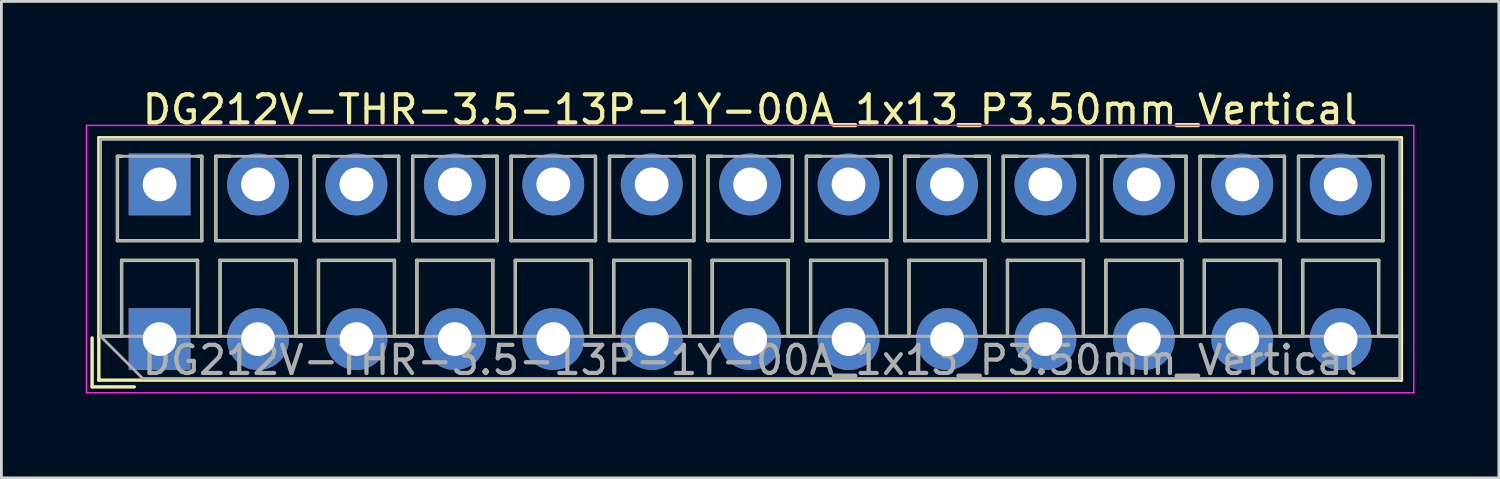
<source format=kicad_pcb>
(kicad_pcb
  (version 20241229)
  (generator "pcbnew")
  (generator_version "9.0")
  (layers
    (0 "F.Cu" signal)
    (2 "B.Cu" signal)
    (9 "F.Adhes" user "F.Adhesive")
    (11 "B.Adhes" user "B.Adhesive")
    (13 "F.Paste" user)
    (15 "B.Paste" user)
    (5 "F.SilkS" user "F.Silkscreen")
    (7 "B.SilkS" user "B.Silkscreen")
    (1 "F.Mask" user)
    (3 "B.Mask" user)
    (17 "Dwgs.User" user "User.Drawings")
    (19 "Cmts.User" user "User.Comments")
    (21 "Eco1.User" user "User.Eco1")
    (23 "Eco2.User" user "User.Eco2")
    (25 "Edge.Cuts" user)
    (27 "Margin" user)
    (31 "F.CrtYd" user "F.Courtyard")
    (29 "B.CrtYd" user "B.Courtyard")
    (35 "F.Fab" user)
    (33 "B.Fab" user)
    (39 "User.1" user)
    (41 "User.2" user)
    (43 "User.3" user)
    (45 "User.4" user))
  (footprint "DG212V-THR-3.5-13P-1Y-00A_1x13_P3.50mm_Vertical"
    (layer "F.Cu")
    (at 2.625 9.008)
    (property "Reference" "DG212V-THR-3.5-13P-1Y-00A_1x13_P3.50mm_Vertical" (at 21 -8.16 0) (layer "F.SilkS") (effects (font (size 1 1) (thickness 0.15))))
    (attr through_hole)
    (fp_line (start -2.4 -0.04) (end -2.4 1.7) (stroke (width 0.12) (type solid)) (layer "F.SilkS"))
    (fp_line (start -2.4 1.7) (end -0.9 1.7) (stroke (width 0.12) (type solid)) (layer "F.SilkS"))
    (fp_line (start -2.16 -7.16) (end -2.16 1.46) (stroke (width 0.12) (type solid)) (layer "F.SilkS"))
    (fp_line (start -2.16 -7.16) (end 44.16 -7.16) (stroke (width 0.12) (type solid)) (layer "F.SilkS"))
    (fp_line (start -2.16 -0.1) (end -1.34 -0.1) (stroke (width 0.12) (type solid)) (layer "F.SilkS"))
    (fp_line (start -2.16 1.46) (end 44.16 1.46) (stroke (width 0.12) (type solid)) (layer "F.SilkS"))
    (fp_line (start -1.5 -6.5) (end -1.5 -3.5) (stroke (width 0.12) (type solid)) (layer "F.SilkS"))
    (fp_line (start -1.5 -6.5) (end -1.34 -6.5) (stroke (width 0.12) (type solid)) (layer "F.SilkS"))
    (fp_line (start -1.5 -3.5) (end 1.5 -3.5) (stroke (width 0.12) (type solid)) (layer "F.SilkS"))
    (fp_line (start -1.35 -2.8) (end -1.35 -0.1) (stroke (width 0.12) (type solid)) (layer "F.SilkS"))
    (fp_line (start -1.35 -2.8) (end 1.35 -2.8) (stroke (width 0.12) (type solid)) (layer "F.SilkS"))
    (fp_line (start -1.35 -0.1) (end -1.34 -0.1) (stroke (width 0.12) (type solid)) (layer "F.SilkS"))
    (fp_line (start 1.34 -6.5) (end 1.5 -6.5) (stroke (width 0.12) (type solid)) (layer "F.SilkS"))
    (fp_line (start 1.34 -0.1) (end 1.35 -0.1) (stroke (width 0.12) (type solid)) (layer "F.SilkS"))
    (fp_line (start 1.34 -0.1) (end 2.148 -0.1) (stroke (width 0.12) (type solid)) (layer "F.SilkS"))
    (fp_line (start 1.35 -2.8) (end 1.35 -0.1) (stroke (width 0.12) (type solid)) (layer "F.SilkS"))
    (fp_line (start 1.5 -6.5) (end 1.5 -3.5) (stroke (width 0.12) (type solid)) (layer "F.SilkS"))
    (fp_line (start 2 -6.5) (end 2 -3.5) (stroke (width 0.12) (type solid)) (layer "F.SilkS"))
    (fp_line (start 2 -6.5) (end 2.512 -6.5) (stroke (width 0.12) (type solid)) (layer "F.SilkS"))
    (fp_line (start 2 -3.5) (end 5 -3.5) (stroke (width 0.12) (type solid)) (layer "F.SilkS"))
    (fp_line (start 2.15 -2.8) (end 2.15 -0.183) (stroke (width 0.12) (type solid)) (layer "F.SilkS"))
    (fp_line (start 2.15 -2.8) (end 4.85 -2.8) (stroke (width 0.12) (type solid)) (layer "F.SilkS"))
    (fp_line (start 4.489 -6.5) (end 5 -6.5) (stroke (width 0.12) (type solid)) (layer "F.SilkS"))
    (fp_line (start 4.85 -2.8) (end 4.85 -0.183) (stroke (width 0.12) (type solid)) (layer "F.SilkS"))
    (fp_line (start 4.853 -0.1) (end 5.648 -0.1) (stroke (width 0.12) (type solid)) (layer "F.SilkS"))
    (fp_line (start 5 -6.5) (end 5 -3.5) (stroke (width 0.12) (type solid)) (layer "F.SilkS"))
    (fp_line (start 5.5 -6.5) (end 5.5 -3.5) (stroke (width 0.12) (type solid)) (layer "F.SilkS"))
    (fp_line (start 5.5 -6.5) (end 6.012 -6.5) (stroke (width 0.12) (type solid)) (layer "F.SilkS"))
    (fp_line (start 5.5 -3.5) (end 8.5 -3.5) (stroke (width 0.12) (type solid)) (layer "F.SilkS"))
    (fp_line (start 5.65 -2.8) (end 5.65 -0.183) (stroke (width 0.12) (type solid)) (layer "F.SilkS"))
    (fp_line (start 5.65 -2.8) (end 8.351 -2.8) (stroke (width 0.12) (type solid)) (layer "F.SilkS"))
    (fp_line (start 7.989 -6.5) (end 8.5 -6.5) (stroke (width 0.12) (type solid)) (layer "F.SilkS"))
    (fp_line (start 8.351 -2.8) (end 8.351 -0.183) (stroke (width 0.12) (type solid)) (layer "F.SilkS"))
    (fp_line (start 8.353 -0.1) (end 9.148 -0.1) (stroke (width 0.12) (type solid)) (layer "F.SilkS"))
    (fp_line (start 8.5 -6.5) (end 8.5 -3.5) (stroke (width 0.12) (type solid)) (layer "F.SilkS"))
    (fp_line (start 9 -6.5) (end 9 -3.5) (stroke (width 0.12) (type solid)) (layer "F.SilkS"))
    (fp_line (start 9 -6.5) (end 9.512 -6.5) (stroke (width 0.12) (type solid)) (layer "F.SilkS"))
    (fp_line (start 9 -3.5) (end 12 -3.5) (stroke (width 0.12) (type solid)) (layer "F.SilkS"))
    (fp_line (start 9.15 -2.8) (end 9.15 -0.183) (stroke (width 0.12) (type solid)) (layer "F.SilkS"))
    (fp_line (start 9.15 -2.8) (end 11.851 -2.8) (stroke (width 0.12) (type solid)) (layer "F.SilkS"))
    (fp_line (start 11.489 -6.5) (end 12 -6.5) (stroke (width 0.12) (type solid)) (layer "F.SilkS"))
    (fp_line (start 11.851 -2.8) (end 11.851 -0.183) (stroke (width 0.12) (type solid)) (layer "F.SilkS"))
    (fp_line (start 11.853 -0.1) (end 12.648 -0.1) (stroke (width 0.12) (type solid)) (layer "F.SilkS"))
    (fp_line (start 12 -6.5) (end 12 -3.5) (stroke (width 0.12) (type solid)) (layer "F.SilkS"))
    (fp_line (start 12.5 -6.5) (end 12.5 -3.5) (stroke (width 0.12) (type solid)) (layer "F.SilkS"))
    (fp_line (start 12.5 -6.5) (end 13.012 -6.5) (stroke (width 0.12) (type solid)) (layer "F.SilkS"))
    (fp_line (start 12.5 -3.5) (end 15.5 -3.5) (stroke (width 0.12) (type solid)) (layer "F.SilkS"))
    (fp_line (start 12.65 -2.8) (end 12.65 -0.183) (stroke (width 0.12) (type solid)) (layer "F.SilkS"))
    (fp_line (start 12.65 -2.8) (end 15.351 -2.8) (stroke (width 0.12) (type solid)) (layer "F.SilkS"))
    (fp_line (start 14.989 -6.5) (end 15.5 -6.5) (stroke (width 0.12) (type solid)) (layer "F.SilkS"))
    (fp_line (start 15.351 -2.8) (end 15.351 -0.183) (stroke (width 0.12) (type solid)) (layer "F.SilkS"))
    (fp_line (start 15.353 -0.1) (end 16.148 -0.1) (stroke (width 0.12) (type solid)) (layer "F.SilkS"))
    (fp_line (start 15.5 -6.5) (end 15.5 -3.5) (stroke (width 0.12) (type solid)) (layer "F.SilkS"))
    (fp_line (start 16 -6.5) (end 16 -3.5) (stroke (width 0.12) (type solid)) (layer "F.SilkS"))
    (fp_line (start 16 -6.5) (end 16.512 -6.5) (stroke (width 0.12) (type solid)) (layer "F.SilkS"))
    (fp_line (start 16 -3.5) (end 19 -3.5) (stroke (width 0.12) (type solid)) (layer "F.SilkS"))
    (fp_line (start 16.15 -2.8) (end 16.15 -0.183) (stroke (width 0.12) (type solid)) (layer "F.SilkS"))
    (fp_line (start 16.15 -2.8) (end 18.85 -2.8) (stroke (width 0.12) (type solid)) (layer "F.SilkS"))
    (fp_line (start 18.489 -6.5) (end 19 -6.5) (stroke (width 0.12) (type solid)) (layer "F.SilkS"))
    (fp_line (start 18.85 -2.8) (end 18.85 -0.183) (stroke (width 0.12) (type solid)) (layer "F.SilkS"))
    (fp_line (start 18.853 -0.1) (end 19.648 -0.1) (stroke (width 0.12) (type solid)) (layer "F.SilkS"))
    (fp_line (start 19 -6.5) (end 19 -3.5) (stroke (width 0.12) (type solid)) (layer "F.SilkS"))
    (fp_line (start 19.5 -6.5) (end 19.5 -3.5) (stroke (width 0.12) (type solid)) (layer "F.SilkS"))
    (fp_line (start 19.5 -6.5) (end 20.012 -6.5) (stroke (width 0.12) (type solid)) (layer "F.SilkS"))
    (fp_line (start 19.5 -3.5) (end 22.5 -3.5) (stroke (width 0.12) (type solid)) (layer "F.SilkS"))
    (fp_line (start 19.65 -2.8) (end 19.65 -0.183) (stroke (width 0.12) (type solid)) (layer "F.SilkS"))
    (fp_line (start 19.65 -2.8) (end 22.35 -2.8) (stroke (width 0.12) (type solid)) (layer "F.SilkS"))
    (fp_line (start 21.989 -6.5) (end 22.5 -6.5) (stroke (width 0.12) (type solid)) (layer "F.SilkS"))
    (fp_line (start 22.35 -2.8) (end 22.35 -0.183) (stroke (width 0.12) (type solid)) (layer "F.SilkS"))
    (fp_line (start 22.353 -0.1) (end 23.148 -0.1) (stroke (width 0.12) (type solid)) (layer "F.SilkS"))
    (fp_line (start 22.5 -6.5) (end 22.5 -3.5) (stroke (width 0.12) (type solid)) (layer "F.SilkS"))
    (fp_line (start 23 -6.5) (end 23 -3.5) (stroke (width 0.12) (type solid)) (layer "F.SilkS"))
    (fp_line (start 23 -6.5) (end 23.512 -6.5) (stroke (width 0.12) (type solid)) (layer "F.SilkS"))
    (fp_line (start 23 -3.5) (end 26 -3.5) (stroke (width 0.12) (type solid)) (layer "F.SilkS"))
    (fp_line (start 23.15 -2.8) (end 23.15 -0.183) (stroke (width 0.12) (type solid)) (layer "F.SilkS"))
    (fp_line (start 23.15 -2.8) (end 25.85 -2.8) (stroke (width 0.12) (type solid)) (layer "F.SilkS"))
    (fp_line (start 25.489 -6.5) (end 26 -6.5) (stroke (width 0.12) (type solid)) (layer "F.SilkS"))
    (fp_line (start 25.85 -2.8) (end 25.85 -0.183) (stroke (width 0.12) (type solid)) (layer "F.SilkS"))
    (fp_line (start 25.853 -0.1) (end 26.648 -0.1) (stroke (width 0.12) (type solid)) (layer "F.SilkS"))
    (fp_line (start 26 -6.5) (end 26 -3.5) (stroke (width 0.12) (type solid)) (layer "F.SilkS"))
    (fp_line (start 26.5 -6.5) (end 26.5 -3.5) (stroke (width 0.12) (type solid)) (layer "F.SilkS"))
    (fp_line (start 26.5 -6.5) (end 27.012 -6.5) (stroke (width 0.12) (type solid)) (layer "F.SilkS"))
    (fp_line (start 26.5 -3.5) (end 29.5 -3.5) (stroke (width 0.12) (type solid)) (layer "F.SilkS"))
    (fp_line (start 26.65 -2.8) (end 26.65 -0.183) (stroke (width 0.12) (type solid)) (layer "F.SilkS"))
    (fp_line (start 26.65 -2.8) (end 29.35 -2.8) (stroke (width 0.12) (type solid)) (layer "F.SilkS"))
    (fp_line (start 28.989 -6.5) (end 29.5 -6.5) (stroke (width 0.12) (type solid)) (layer "F.SilkS"))
    (fp_line (start 29.35 -2.8) (end 29.35 -0.183) (stroke (width 0.12) (type solid)) (layer "F.SilkS"))
    (fp_line (start 29.353 -0.1) (end 30.148 -0.1) (stroke (width 0.12) (type solid)) (layer "F.SilkS"))
    (fp_line (start 29.5 -6.5) (end 29.5 -3.5) (stroke (width 0.12) (type solid)) (layer "F.SilkS"))
    (fp_line (start 30 -6.5) (end 30 -3.5) (stroke (width 0.12) (type solid)) (layer "F.SilkS"))
    (fp_line (start 30 -6.5) (end 30.512 -6.5) (stroke (width 0.12) (type solid)) (layer "F.SilkS"))
    (fp_line (start 30 -3.5) (end 33 -3.5) (stroke (width 0.12) (type solid)) (layer "F.SilkS"))
    (fp_line (start 30.15 -2.8) (end 30.15 -0.183) (stroke (width 0.12) (type solid)) (layer "F.SilkS"))
    (fp_line (start 30.15 -2.8) (end 32.85 -2.8) (stroke (width 0.12) (type solid)) (layer "F.SilkS"))
    (fp_line (start 32.489 -6.5) (end 33 -6.5) (stroke (width 0.12) (type solid)) (layer "F.SilkS"))
    (fp_line (start 32.85 -2.8) (end 32.85 -0.183) (stroke (width 0.12) (type solid)) (layer "F.SilkS"))
    (fp_line (start 32.853 -0.1) (end 33.648 -0.1) (stroke (width 0.12) (type solid)) (layer "F.SilkS"))
    (fp_line (start 33 -6.5) (end 33 -3.5) (stroke (width 0.12) (type solid)) (layer "F.SilkS"))
    (fp_line (start 33.5 -6.5) (end 33.5 -3.5) (stroke (width 0.12) (type solid)) (layer "F.SilkS"))
    (fp_line (start 33.5 -6.5) (end 34.012 -6.5) (stroke (width 0.12) (type solid)) (layer "F.SilkS"))
    (fp_line (start 33.5 -3.5) (end 36.5 -3.5) (stroke (width 0.12) (type solid)) (layer "F.SilkS"))
    (fp_line (start 33.65 -2.8) (end 33.65 -0.183) (stroke (width 0.12) (type solid)) (layer "F.SilkS"))
    (fp_line (start 33.65 -2.8) (end 36.35 -2.8) (stroke (width 0.12) (type solid)) (layer "F.SilkS"))
    (fp_line (start 35.989 -6.5) (end 36.5 -6.5) (stroke (width 0.12) (type solid)) (layer "F.SilkS"))
    (fp_line (start 36.35 -2.8) (end 36.35 -0.183) (stroke (width 0.12) (type solid)) (layer "F.SilkS"))
    (fp_line (start 36.353 -0.1) (end 37.148 -0.1) (stroke (width 0.12) (type solid)) (layer "F.SilkS"))
    (fp_line (start 36.5 -6.5) (end 36.5 -3.5) (stroke (width 0.12) (type solid)) (layer "F.SilkS"))
    (fp_line (start 37 -6.5) (end 37 -3.5) (stroke (width 0.12) (type solid)) (layer "F.SilkS"))
    (fp_line (start 37 -6.5) (end 37.512 -6.5) (stroke (width 0.12) (type solid)) (layer "F.SilkS"))
    (fp_line (start 37 -3.5) (end 40 -3.5) (stroke (width 0.12) (type solid)) (layer "F.SilkS"))
    (fp_line (start 37.15 -2.8) (end 37.15 -0.183) (stroke (width 0.12) (type solid)) (layer "F.SilkS"))
    (fp_line (start 37.15 -2.8) (end 39.85 -2.8) (stroke (width 0.12) (type solid)) (layer "F.SilkS"))
    (fp_line (start 39.489 -6.5) (end 40 -6.5) (stroke (width 0.12) (type solid)) (layer "F.SilkS"))
    (fp_line (start 39.85 -2.8) (end 39.85 -0.183) (stroke (width 0.12) (type solid)) (layer "F.SilkS"))
    (fp_line (start 39.853 -0.1) (end 40.648 -0.1) (stroke (width 0.12) (type solid)) (layer "F.SilkS"))
    (fp_line (start 40 -6.5) (end 40 -3.5) (stroke (width 0.12) (type solid)) (layer "F.SilkS"))
    (fp_line (start 40.5 -6.5) (end 40.5 -3.5) (stroke (width 0.12) (type solid)) (layer "F.SilkS"))
    (fp_line (start 40.5 -6.5) (end 41.012 -6.5) (stroke (width 0.12) (type solid)) (layer "F.SilkS"))
    (fp_line (start 40.5 -3.5) (end 43.5 -3.5) (stroke (width 0.12) (type solid)) (layer "F.SilkS"))
    (fp_line (start 40.65 -2.8) (end 40.65 -0.183) (stroke (width 0.12) (type solid)) (layer "F.SilkS"))
    (fp_line (start 40.65 -2.8) (end 43.35 -2.8) (stroke (width 0.12) (type solid)) (layer "F.SilkS"))
    (fp_line (start 42.989 -6.5) (end 43.5 -6.5) (stroke (width 0.12) (type solid)) (layer "F.SilkS"))
    (fp_line (start 43.35 -2.8) (end 43.35 -0.183) (stroke (width 0.12) (type solid)) (layer "F.SilkS"))
    (fp_line (start 43.353 -0.1) (end 44.16 -0.1) (stroke (width 0.12) (type solid)) (layer "F.SilkS"))
    (fp_line (start 43.5 -6.5) (end 43.5 -3.5) (stroke (width 0.12) (type solid)) (layer "F.SilkS"))
    (fp_line (start 44.16 -7.16) (end 44.16 1.46) (stroke (width 0.12) (type solid)) (layer "F.SilkS"))
    (fp_line (start -2.6 -7.6) (end -2.6 1.91) (stroke (width 0.05) (type solid)) (layer "F.CrtYd"))
    (fp_line (start -2.6 1.91) (end 44.6 1.91) (stroke (width 0.05) (type solid)) (layer "F.CrtYd"))
    (fp_line (start 44.6 -7.6) (end -2.6 -7.6) (stroke (width 0.05) (type solid)) (layer "F.CrtYd"))
    (fp_line (start 44.6 1.91) (end 44.6 -7.6) (stroke (width 0.05) (type solid)) (layer "F.CrtYd"))
    (fp_line (start -2.1 -7.1) (end 44.1 -7.1) (stroke (width 0.1) (type solid)) (layer "F.Fab"))
    (fp_line (start -2.1 -0.1) (end -2.1 -7.1) (stroke (width 0.1) (type solid)) (layer "F.Fab"))
    (fp_line (start -2.1 -0.1) (end 44.1 -0.1) (stroke (width 0.1) (type solid)) (layer "F.Fab"))
    (fp_line (start -1.5 -6.5) (end -1.5 -3.5) (stroke (width 0.1) (type solid)) (layer "F.Fab"))
    (fp_line (start -1.5 -3.5) (end 1.5 -3.5) (stroke (width 0.1) (type solid)) (layer "F.Fab"))
    (fp_line (start -1.35 -2.8) (end -1.35 -0.1) (stroke (width 0.1) (type solid)) (layer "F.Fab"))
    (fp_line (start -1.35 -0.1) (end 1.35 -0.1) (stroke (width 0.1) (type solid)) (layer "F.Fab"))
    (fp_line (start -0.6 1.4) (end -2.1 -0.1) (stroke (width 0.1) (type solid)) (layer "F.Fab"))
    (fp_line (start 1.35 -2.8) (end -1.35 -2.8) (stroke (width 0.1) (type solid)) (layer "F.Fab"))
    (fp_line (start 1.35 -0.1) (end 1.35 -2.8) (stroke (width 0.1) (type solid)) (layer "F.Fab"))
    (fp_line (start 1.5 -6.5) (end -1.5 -6.5) (stroke (width 0.1) (type solid)) (layer "F.Fab"))
    (fp_line (start 1.5 -3.5) (end 1.5 -6.5) (stroke (width 0.1) (type solid)) (layer "F.Fab"))
    (fp_line (start 2 -6.5) (end 2 -3.5) (stroke (width 0.1) (type solid)) (layer "F.Fab"))
    (fp_line (start 2 -3.5) (end 5 -3.5) (stroke (width 0.1) (type solid)) (layer "F.Fab"))
    (fp_line (start 2.15 -2.8) (end 2.15 -0.1) (stroke (width 0.1) (type solid)) (layer "F.Fab"))
    (fp_line (start 2.15 -0.1) (end 4.85 -0.1) (stroke (width 0.1) (type solid)) (layer "F.Fab"))
    (fp_line (start 4.85 -2.8) (end 2.15 -2.8) (stroke (width 0.1) (type solid)) (layer "F.Fab"))
    (fp_line (start 4.85 -0.1) (end 4.85 -2.8) (stroke (width 0.1) (type solid)) (layer "F.Fab"))
    (fp_line (start 5 -6.5) (end 2 -6.5) (stroke (width 0.1) (type solid)) (layer "F.Fab"))
    (fp_line (start 5 -3.5) (end 5 -6.5) (stroke (width 0.1) (type solid)) (layer "F.Fab"))
    (fp_line (start 5.5 -6.5) (end 5.5 -3.5) (stroke (width 0.1) (type solid)) (layer "F.Fab"))
    (fp_line (start 5.5 -3.5) (end 8.5 -3.5) (stroke (width 0.1) (type solid)) (layer "F.Fab"))
    (fp_line (start 5.65 -2.8) (end 5.65 -0.1) (stroke (width 0.1) (type solid)) (layer "F.Fab"))
    (fp_line (start 5.65 -0.1) (end 8.351 -0.1) (stroke (width 0.1) (type solid)) (layer "F.Fab"))
    (fp_line (start 8.351 -2.8) (end 5.65 -2.8) (stroke (width 0.1) (type solid)) (layer "F.Fab"))
    (fp_line (start 8.351 -0.1) (end 8.351 -2.8) (stroke (width 0.1) (type solid)) (layer "F.Fab"))
    (fp_line (start 8.5 -6.5) (end 5.5 -6.5) (stroke (width 0.1) (type solid)) (layer "F.Fab"))
    (fp_line (start 8.5 -3.5) (end 8.5 -6.5) (stroke (width 0.1) (type solid)) (layer "F.Fab"))
    (fp_line (start 9 -6.5) (end 9 -3.5) (stroke (width 0.1) (type solid)) (layer "F.Fab"))
    (fp_line (start 9 -3.5) (end 12 -3.5) (stroke (width 0.1) (type solid)) (layer "F.Fab"))
    (fp_line (start 9.15 -2.8) (end 9.15 -0.1) (stroke (width 0.1) (type solid)) (layer "F.Fab"))
    (fp_line (start 9.15 -0.1) (end 11.851 -0.1) (stroke (width 0.1) (type solid)) (layer "F.Fab"))
    (fp_line (start 11.851 -2.8) (end 9.15 -2.8) (stroke (width 0.1) (type solid)) (layer "F.Fab"))
    (fp_line (start 11.851 -0.1) (end 11.851 -2.8) (stroke (width 0.1) (type solid)) (layer "F.Fab"))
    (fp_line (start 12 -6.5) (end 9 -6.5) (stroke (width 0.1) (type solid)) (layer "F.Fab"))
    (fp_line (start 12 -3.5) (end 12 -6.5) (stroke (width 0.1) (type solid)) (layer "F.Fab"))
    (fp_line (start 12.5 -6.5) (end 12.5 -3.5) (stroke (width 0.1) (type solid)) (layer "F.Fab"))
    (fp_line (start 12.5 -3.5) (end 15.5 -3.5) (stroke (width 0.1) (type solid)) (layer "F.Fab"))
    (fp_line (start 12.65 -2.8) (end 12.65 -0.1) (stroke (width 0.1) (type solid)) (layer "F.Fab"))
    (fp_line (start 12.65 -0.1) (end 15.351 -0.1) (stroke (width 0.1) (type solid)) (layer "F.Fab"))
    (fp_line (start 15.351 -2.8) (end 12.65 -2.8) (stroke (width 0.1) (type solid)) (layer "F.Fab"))
    (fp_line (start 15.351 -0.1) (end 15.351 -2.8) (stroke (width 0.1) (type solid)) (layer "F.Fab"))
    (fp_line (start 15.5 -6.5) (end 12.5 -6.5) (stroke (width 0.1) (type solid)) (layer "F.Fab"))
    (fp_line (start 15.5 -3.5) (end 15.5 -6.5) (stroke (width 0.1) (type solid)) (layer "F.Fab"))
    (fp_line (start 16 -6.5) (end 16 -3.5) (stroke (width 0.1) (type solid)) (layer "F.Fab"))
    (fp_line (start 16 -3.5) (end 19 -3.5) (stroke (width 0.1) (type solid)) (layer "F.Fab"))
    (fp_line (start 16.15 -2.8) (end 16.15 -0.1) (stroke (width 0.1) (type solid)) (layer "F.Fab"))
    (fp_line (start 16.15 -0.1) (end 18.85 -0.1) (stroke (width 0.1) (type solid)) (layer "F.Fab"))
    (fp_line (start 18.85 -2.8) (end 16.15 -2.8) (stroke (width 0.1) (type solid)) (layer "F.Fab"))
    (fp_line (start 18.85 -0.1) (end 18.85 -2.8) (stroke (width 0.1) (type solid)) (layer "F.Fab"))
    (fp_line (start 19 -6.5) (end 16 -6.5) (stroke (width 0.1) (type solid)) (layer "F.Fab"))
    (fp_line (start 19 -3.5) (end 19 -6.5) (stroke (width 0.1) (type solid)) (layer "F.Fab"))
    (fp_line (start 19.5 -6.5) (end 19.5 -3.5) (stroke (width 0.1) (type solid)) (layer "F.Fab"))
    (fp_line (start 19.5 -3.5) (end 22.5 -3.5) (stroke (width 0.1) (type solid)) (layer "F.Fab"))
    (fp_line (start 19.65 -2.8) (end 19.65 -0.1) (stroke (width 0.1) (type solid)) (layer "F.Fab"))
    (fp_line (start 19.65 -0.1) (end 22.35 -0.1) (stroke (width 0.1) (type solid)) (layer "F.Fab"))
    (fp_line (start 22.35 -2.8) (end 19.65 -2.8) (stroke (width 0.1) (type solid)) (layer "F.Fab"))
    (fp_line (start 22.35 -0.1) (end 22.35 -2.8) (stroke (width 0.1) (type solid)) (layer "F.Fab"))
    (fp_line (start 22.5 -6.5) (end 19.5 -6.5) (stroke (width 0.1) (type solid)) (layer "F.Fab"))
    (fp_line (start 22.5 -3.5) (end 22.5 -6.5) (stroke (width 0.1) (type solid)) (layer "F.Fab"))
    (fp_line (start 23 -6.5) (end 23 -3.5) (stroke (width 0.1) (type solid)) (layer "F.Fab"))
    (fp_line (start 23 -3.5) (end 26 -3.5) (stroke (width 0.1) (type solid)) (layer "F.Fab"))
    (fp_line (start 23.15 -2.8) (end 23.15 -0.1) (stroke (width 0.1) (type solid)) (layer "F.Fab"))
    (fp_line (start 23.15 -0.1) (end 25.85 -0.1) (stroke (width 0.1) (type solid)) (layer "F.Fab"))
    (fp_line (start 25.85 -2.8) (end 23.15 -2.8) (stroke (width 0.1) (type solid)) (layer "F.Fab"))
    (fp_line (start 25.85 -0.1) (end 25.85 -2.8) (stroke (width 0.1) (type solid)) (layer "F.Fab"))
    (fp_line (start 26 -6.5) (end 23 -6.5) (stroke (width 0.1) (type solid)) (layer "F.Fab"))
    (fp_line (start 26 -3.5) (end 26 -6.5) (stroke (width 0.1) (type solid)) (layer "F.Fab"))
    (fp_line (start 26.5 -6.5) (end 26.5 -3.5) (stroke (width 0.1) (type solid)) (layer "F.Fab"))
    (fp_line (start 26.5 -3.5) (end 29.5 -3.5) (stroke (width 0.1) (type solid)) (layer "F.Fab"))
    (fp_line (start 26.65 -2.8) (end 26.65 -0.1) (stroke (width 0.1) (type solid)) (layer "F.Fab"))
    (fp_line (start 26.65 -0.1) (end 29.35 -0.1) (stroke (width 0.1) (type solid)) (layer "F.Fab"))
    (fp_line (start 29.35 -2.8) (end 26.65 -2.8) (stroke (width 0.1) (type solid)) (layer "F.Fab"))
    (fp_line (start 29.35 -0.1) (end 29.35 -2.8) (stroke (width 0.1) (type solid)) (layer "F.Fab"))
    (fp_line (start 29.5 -6.5) (end 26.5 -6.5) (stroke (width 0.1) (type solid)) (layer "F.Fab"))
    (fp_line (start 29.5 -3.5) (end 29.5 -6.5) (stroke (width 0.1) (type solid)) (layer "F.Fab"))
    (fp_line (start 30 -6.5) (end 30 -3.5) (stroke (width 0.1) (type solid)) (layer "F.Fab"))
    (fp_line (start 30 -3.5) (end 33 -3.5) (stroke (width 0.1) (type solid)) (layer "F.Fab"))
    (fp_line (start 30.15 -2.8) (end 30.15 -0.1) (stroke (width 0.1) (type solid)) (layer "F.Fab"))
    (fp_line (start 30.15 -0.1) (end 32.85 -0.1) (stroke (width 0.1) (type solid)) (layer "F.Fab"))
    (fp_line (start 32.85 -2.8) (end 30.15 -2.8) (stroke (width 0.1) (type solid)) (layer "F.Fab"))
    (fp_line (start 32.85 -0.1) (end 32.85 -2.8) (stroke (width 0.1) (type solid)) (layer "F.Fab"))
    (fp_line (start 33 -6.5) (end 30 -6.5) (stroke (width 0.1) (type solid)) (layer "F.Fab"))
    (fp_line (start 33 -3.5) (end 33 -6.5) (stroke (width 0.1) (type solid)) (layer "F.Fab"))
    (fp_line (start 33.5 -6.5) (end 33.5 -3.5) (stroke (width 0.1) (type solid)) (layer "F.Fab"))
    (fp_line (start 33.5 -3.5) (end 36.5 -3.5) (stroke (width 0.1) (type solid)) (layer "F.Fab"))
    (fp_line (start 33.65 -2.8) (end 33.65 -0.1) (stroke (width 0.1) (type solid)) (layer "F.Fab"))
    (fp_line (start 33.65 -0.1) (end 36.35 -0.1) (stroke (width 0.1) (type solid)) (layer "F.Fab"))
    (fp_line (start 36.35 -2.8) (end 33.65 -2.8) (stroke (width 0.1) (type solid)) (layer "F.Fab"))
    (fp_line (start 36.35 -0.1) (end 36.35 -2.8) (stroke (width 0.1) (type solid)) (layer "F.Fab"))
    (fp_line (start 36.5 -6.5) (end 33.5 -6.5) (stroke (width 0.1) (type solid)) (layer "F.Fab"))
    (fp_line (start 36.5 -3.5) (end 36.5 -6.5) (stroke (width 0.1) (type solid)) (layer "F.Fab"))
    (fp_line (start 37 -6.5) (end 37 -3.5) (stroke (width 0.1) (type solid)) (layer "F.Fab"))
    (fp_line (start 37 -3.5) (end 40 -3.5) (stroke (width 0.1) (type solid)) (layer "F.Fab"))
    (fp_line (start 37.15 -2.8) (end 37.15 -0.1) (stroke (width 0.1) (type solid)) (layer "F.Fab"))
    (fp_line (start 37.15 -0.1) (end 39.85 -0.1) (stroke (width 0.1) (type solid)) (layer "F.Fab"))
    (fp_line (start 39.85 -2.8) (end 37.15 -2.8) (stroke (width 0.1) (type solid)) (layer "F.Fab"))
    (fp_line (start 39.85 -0.1) (end 39.85 -2.8) (stroke (width 0.1) (type solid)) (layer "F.Fab"))
    (fp_line (start 40 -6.5) (end 37 -6.5) (stroke (width 0.1) (type solid)) (layer "F.Fab"))
    (fp_line (start 40 -3.5) (end 40 -6.5) (stroke (width 0.1) (type solid)) (layer "F.Fab"))
    (fp_line (start 40.5 -6.5) (end 40.5 -3.5) (stroke (width 0.1) (type solid)) (layer "F.Fab"))
    (fp_line (start 40.5 -3.5) (end 43.5 -3.5) (stroke (width 0.1) (type solid)) (layer "F.Fab"))
    (fp_line (start 40.65 -2.8) (end 40.65 -0.1) (stroke (width 0.1) (type solid)) (layer "F.Fab"))
    (fp_line (start 40.65 -0.1) (end 43.35 -0.1) (stroke (width 0.1) (type solid)) (layer "F.Fab"))
    (fp_line (start 43.35 -2.8) (end 40.65 -2.8) (stroke (width 0.1) (type solid)) (layer "F.Fab"))
    (fp_line (start 43.35 -0.1) (end 43.35 -2.8) (stroke (width 0.1) (type solid)) (layer "F.Fab"))
    (fp_line (start 43.5 -6.5) (end 40.5 -6.5) (stroke (width 0.1) (type solid)) (layer "F.Fab"))
    (fp_line (start 43.5 -3.5) (end 43.5 -6.5) (stroke (width 0.1) (type solid)) (layer "F.Fab"))
    (fp_line (start 44.1 -7.1) (end 44.1 1.4) (stroke (width 0.1) (type solid)) (layer "F.Fab"))
    (fp_line (start 44.1 1.4) (end -0.6 1.4) (stroke (width 0.1) (type solid)) (layer "F.Fab"))
    (fp_text user "${REFERENCE}" (at 21 0.75 0) (layer "F.Fab") (effects (font (size 1 1) (thickness 0.15))))
    (pad "1" thru_hole rect (at 0 -5.5) (size 2.2 2.2) (drill 1.2) (layers "*.Cu" "*.Mask"))
    (pad "1" thru_hole rect (at 0 0) (size 2.2 2.2) (drill 1.2) (layers "*.Cu" "*.Mask"))
    (pad "2" thru_hole circle (at 3.5 -5.5) (size 2.2 2.2) (drill 1.2) (layers "*.Cu" "*.Mask"))
    (pad "2" thru_hole circle (at 3.5 0) (size 2.2 2.2) (drill 1.2) (layers "*.Cu" "*.Mask"))
    (pad "3" thru_hole circle (at 7 -5.5) (size 2.2 2.2) (drill 1.2) (layers "*.Cu" "*.Mask"))
    (pad "3" thru_hole circle (at 7 0) (size 2.2 2.2) (drill 1.2) (layers "*.Cu" "*.Mask"))
    (pad "4" thru_hole circle (at 10.5 -5.5) (size 2.2 2.2) (drill 1.2) (layers "*.Cu" "*.Mask"))
    (pad "4" thru_hole circle (at 10.5 0) (size 2.2 2.2) (drill 1.2) (layers "*.Cu" "*.Mask"))
    (pad "5" thru_hole circle (at 14 -5.5) (size 2.2 2.2) (drill 1.2) (layers "*.Cu" "*.Mask"))
    (pad "5" thru_hole circle (at 14 0) (size 2.2 2.2) (drill 1.2) (layers "*.Cu" "*.Mask"))
    (pad "6" thru_hole circle (at 17.5 -5.5) (size 2.2 2.2) (drill 1.2) (layers "*.Cu" "*.Mask"))
    (pad "6" thru_hole circle (at 17.5 0) (size 2.2 2.2) (drill 1.2) (layers "*.Cu" "*.Mask"))
    (pad "7" thru_hole circle (at 21 -5.5) (size 2.2 2.2) (drill 1.2) (layers "*.Cu" "*.Mask"))
    (pad "7" thru_hole circle (at 21 0) (size 2.2 2.2) (drill 1.2) (layers "*.Cu" "*.Mask"))
    (pad "8" thru_hole circle (at 24.5 -5.5) (size 2.2 2.2) (drill 1.2) (layers "*.Cu" "*.Mask"))
    (pad "8" thru_hole circle (at 24.5 0) (size 2.2 2.2) (drill 1.2) (layers "*.Cu" "*.Mask"))
    (pad "9" thru_hole circle (at 28 -5.5) (size 2.2 2.2) (drill 1.2) (layers "*.Cu" "*.Mask"))
    (pad "9" thru_hole circle (at 28 0) (size 2.2 2.2) (drill 1.2) (layers "*.Cu" "*.Mask"))
    (pad "10" thru_hole circle (at 31.5 -5.5) (size 2.2 2.2) (drill 1.2) (layers "*.Cu" "*.Mask"))
    (pad "10" thru_hole circle (at 31.5 0) (size 2.2 2.2) (drill 1.2) (layers "*.Cu" "*.Mask"))
    (pad "11" thru_hole circle (at 35 -5.5) (size 2.2 2.2) (drill 1.2) (layers "*.Cu" "*.Mask"))
    (pad "11" thru_hole circle (at 35 0) (size 2.2 2.2) (drill 1.2) (layers "*.Cu" "*.Mask"))
    (pad "12" thru_hole circle (at 38.5 -5.5) (size 2.2 2.2) (drill 1.2) (layers "*.Cu" "*.Mask"))
    (pad "12" thru_hole circle (at 38.5 0) (size 2.2 2.2) (drill 1.2) (layers "*.Cu" "*.Mask"))
    (pad "13" thru_hole circle (at 42 -5.5) (size 2.2 2.2) (drill 1.2) (layers "*.Cu" "*.Mask"))
    (pad "13" thru_hole circle (at 42 0) (size 2.2 2.2) (drill 1.2) (layers "*.Cu" "*.Mask")))
  (gr_rect
    (start -3 -3)
    (end 50.25 13.943)
    (stroke (width 0.1) (type default))
    (fill no)
    (layer "Edge.Cuts")))
</source>
